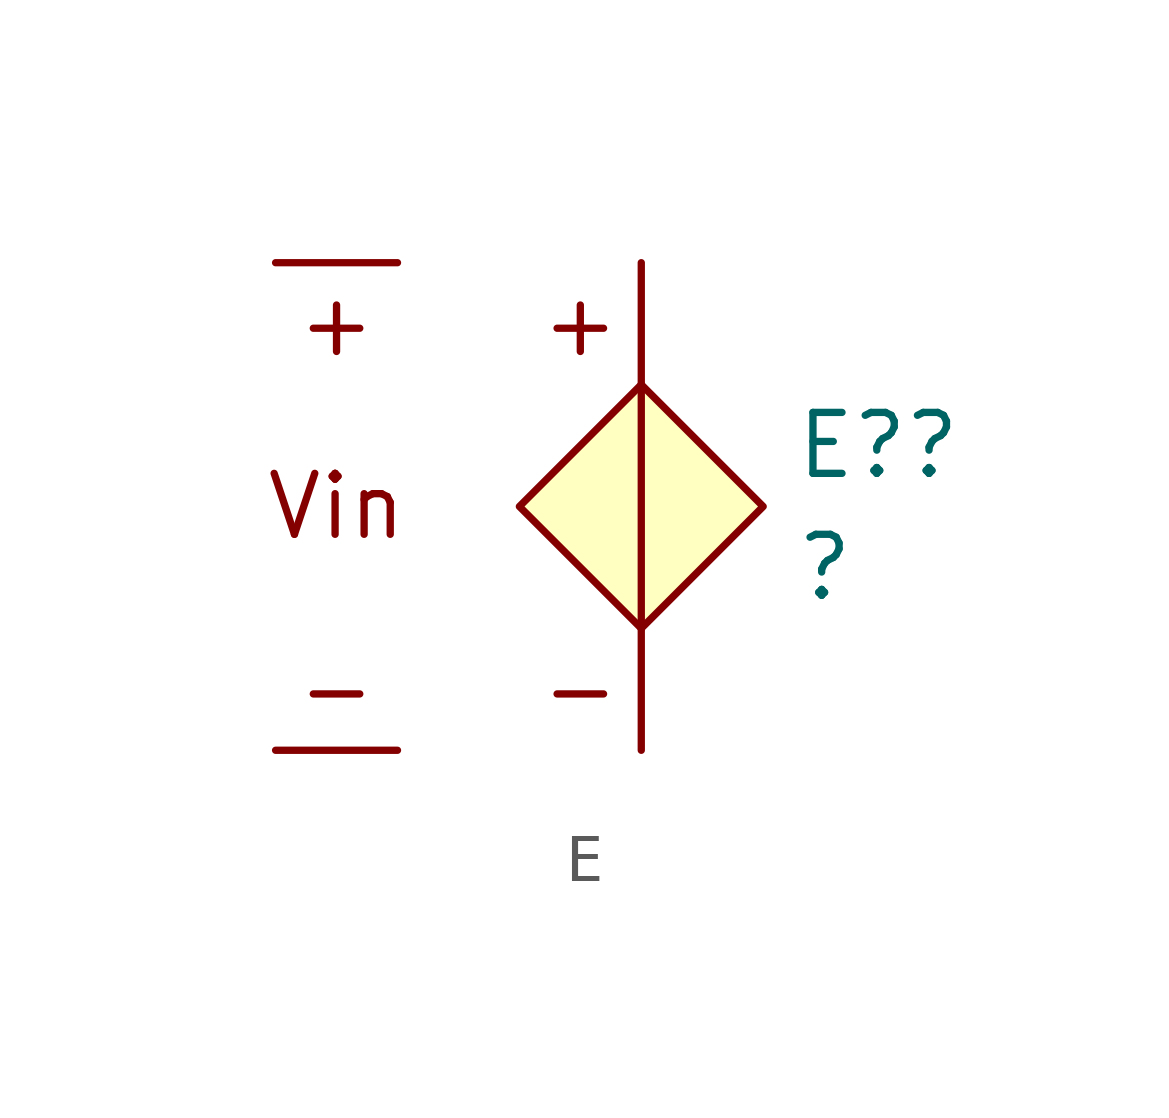
<source format=kicad_sym>
(kicad_symbol_lib
  (version 20241209)
  (generator "kicad_symbol_editor")
  (generator_version "9.0")
  (symbol "E"
    (pin_numbers
      (hide yes))
    (pin_names
      (offset 0)
      (hide yes))
    (property "Reference" "E?"
      (at 3.175 1.27 0)
      (effects (font (size 1.27 1.27)) (justify left)))
    (property "Value" "?"
      (at 3.175 -1.27 0)
      (effects (font (size 1.27 1.27)) (justify left)))
    (symbol "E_0_0"
      (text "+" (at -6.35 3.81 0) (effects (font (size 1.27 1.27))))
      (text "-" (at -6.35 -3.81 0) (effects (font (size 1.27 1.27))))
      (text "+" (at -1.27 3.81 0) (effects (font (size 1.27 1.27))))
      (text "-" (at -1.27 -3.81 0) (effects (font (size 1.27 1.27)))))
    (symbol "E_0_1"
      (polyline (pts (xy 0 2.54) (xy 0 -2.54)) (stroke (width 0) (type solid)) (fill (type none))))
    (symbol "E_1_0"
      (pin power_out line (at 0 5.08 270) (length 2.54) (name "outP" (effects (font (size 1.27 1.27)))) (number "1" (effects (font (size 1.27 1.27)))))
      (pin power_out line (at 0 -5.08 90) (length 2.54) (name "outN" (effects (font (size 1.27 1.27)))) (number "2" (effects (font (size 1.27 1.27))))))
    (symbol "E_1_1"
      (polyline (pts (xy 0 2.54) (xy -2.54 0) (xy 0 -2.54) (xy 2.54 0) (xy 0 2.54)) (stroke (width 0) (type default)) (fill (type background)))
      (text "Vin" (at -6.35 0 0) (effects (font (size 1.27 1.27))))
      (pin input line (at -7.62 5.08 0) (length 2.54) (name "inp" (effects (font (size 1.27 1.27)))) (number "3" (effects (font (size 1.27 1.27)))))
      (pin input line (at -7.62 -5.08 0) (length 2.54) (name "inN" (effects (font (size 1.27 1.27)))) (number "4" (effects (font (size 1.27 1.27))))))))
</source>
